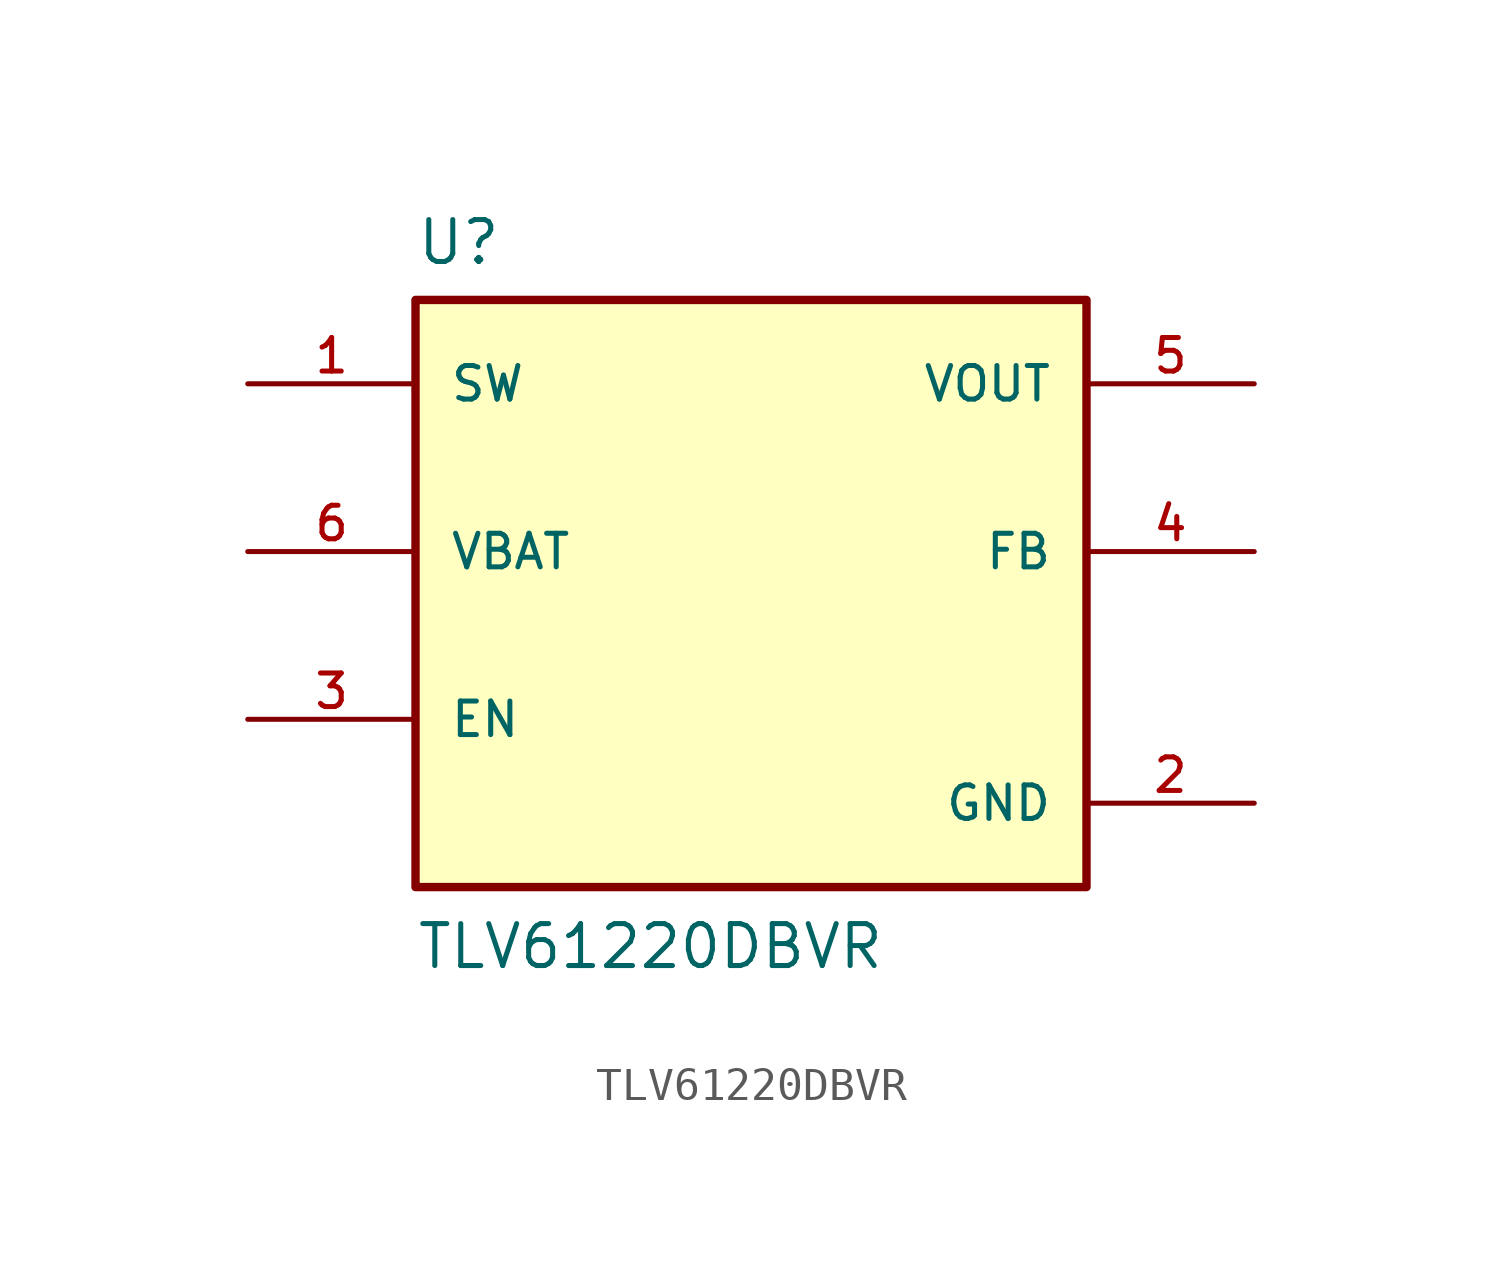
<source format=kicad_sym>
(kicad_symbol_lib
  (version 20211014)
  (generator kicad_symbol_editor)
  (symbol "TLV61220DBVR"
    (pin_names
      (offset 1.016))
    (property "Reference" "U"
      (at -10.16 11.16 0.0)
      (effects (font (size 1.27 1.27)) (justify bottom left)))
    (property "Value" "TLV61220DBVR"
      (at -10.16 -10.16 0.0)
      (effects (font (size 1.27 1.27)) (justify bottom left)))
    (symbol "TLV61220DBVR_0_0"
      (rectangle (start -10.16 -7.62) (end 10.16 10.16) (stroke (width 0.254)) (fill (type background)))
      (pin input line (at -15.24 -2.54 0) (length 5.08) (name "EN" (effects (font (size 1.016 1.016)))) (number "3" (effects (font (size 1.016 1.016)))))
      (pin input line (at 15.24 2.54 180.0) (length 5.08) (name "FB" (effects (font (size 1.016 1.016)))) (number "4" (effects (font (size 1.016 1.016)))))
      (pin input line (at -15.24 7.62 0) (length 5.08) (name "SW" (effects (font (size 1.016 1.016)))) (number "1" (effects (font (size 1.016 1.016)))))
      (pin input line (at -15.24 2.54 0) (length 5.08) (name "VBAT" (effects (font (size 1.016 1.016)))) (number "6" (effects (font (size 1.016 1.016)))))
      (pin output line (at 15.24 7.62 180.0) (length 5.08) (name "VOUT" (effects (font (size 1.016 1.016)))) (number "5" (effects (font (size 1.016 1.016)))))
      (pin power_in line (at 15.24 -5.08 180.0) (length 5.08) (name "GND" (effects (font (size 1.016 1.016)))) (number "2" (effects (font (size 1.016 1.016))))))))
</source>
